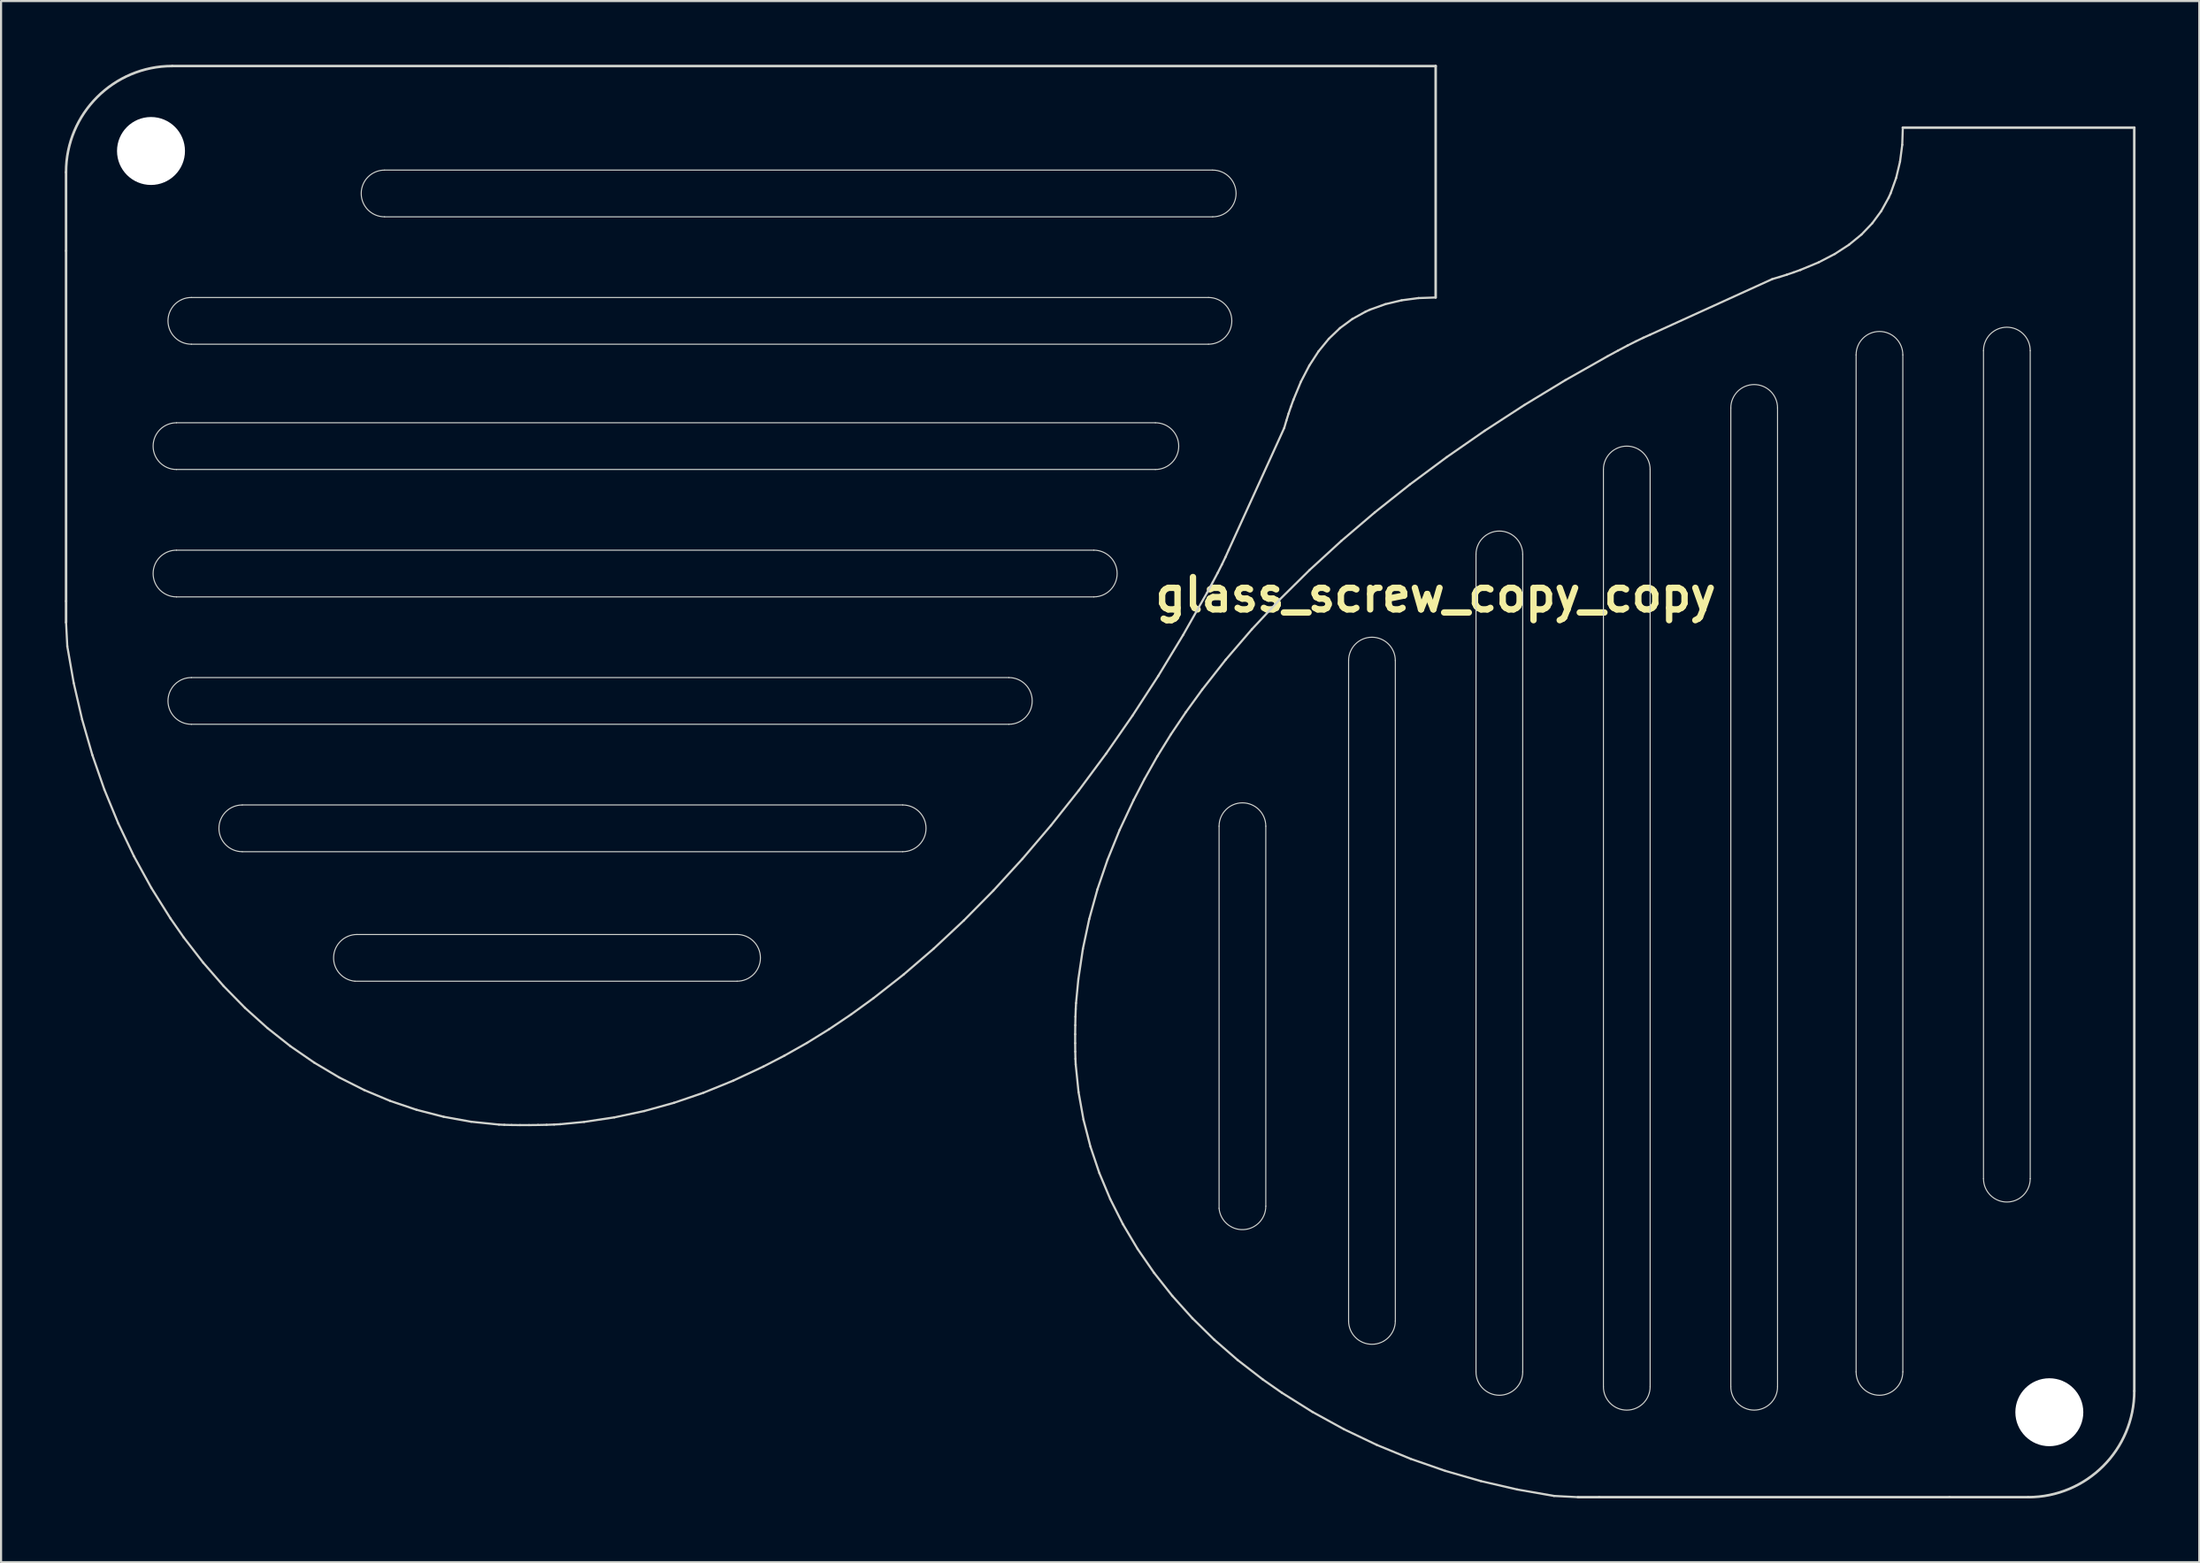
<source format=kicad_pcb>
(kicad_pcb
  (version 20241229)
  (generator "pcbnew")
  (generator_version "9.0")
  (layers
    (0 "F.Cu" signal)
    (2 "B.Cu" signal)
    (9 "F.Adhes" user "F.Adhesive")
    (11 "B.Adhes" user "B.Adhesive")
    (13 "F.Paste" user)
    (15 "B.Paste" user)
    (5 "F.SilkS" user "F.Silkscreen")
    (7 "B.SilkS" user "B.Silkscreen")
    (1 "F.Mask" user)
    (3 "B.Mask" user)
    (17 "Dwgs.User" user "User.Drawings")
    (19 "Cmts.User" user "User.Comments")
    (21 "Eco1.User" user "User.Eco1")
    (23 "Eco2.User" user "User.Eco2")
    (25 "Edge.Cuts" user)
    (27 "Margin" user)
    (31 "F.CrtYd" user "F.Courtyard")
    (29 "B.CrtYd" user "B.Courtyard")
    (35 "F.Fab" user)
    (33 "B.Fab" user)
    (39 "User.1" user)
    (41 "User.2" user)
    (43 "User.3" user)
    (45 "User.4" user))
  (footprint "glass_screw_copy_copy"
    (layer "F.Cu")
    (at 64.561 5.961)
    (property "Reference" "glass_screw_copy_copy" (at 0 19 0) (layer "F.SilkS") (effects (font (size 1.524 1.524) (thickness 0.3))))
    (attr through_hole)
    (fp_line (start -64.5 2.8) (end -64.501 -0.9) (stroke (width 0.12) (type solid)) (layer "Edge.Cuts"))
    (fp_line (start -64.5 19.3) (end -64.5 2.8) (stroke (width 0.12) (type solid)) (layer "Edge.Cuts"))
    (fp_line (start -64.5 19.3) (end -64.5 20.3) (stroke (width 0.12) (type solid)) (layer "Edge.Cuts"))
    (fp_line (start -64.442 21.425) (end -64.5 20.3) (stroke (width 0.1) (type solid)) (layer "Edge.Cuts"))
    (fp_line (start -64.138 23.163) (end -64.442 21.425) (stroke (width 0.1) (type solid)) (layer "Edge.Cuts"))
    (fp_line (start -63.744 24.871) (end -64.138 23.163) (stroke (width 0.1) (type solid)) (layer "Edge.Cuts"))
    (fp_line (start -63.263 26.544) (end -63.744 24.871) (stroke (width 0.1) (type solid)) (layer "Edge.Cuts"))
    (fp_line (start -62.695 28.178) (end -63.263 26.544) (stroke (width 0.1) (type solid)) (layer "Edge.Cuts"))
    (fp_line (start -62.041 29.769) (end -62.695 28.178) (stroke (width 0.1) (type solid)) (layer "Edge.Cuts"))
    (fp_line (start -61.304 31.313) (end -62.041 29.769) (stroke (width 0.1) (type solid)) (layer "Edge.Cuts"))
    (fp_line (start -60.484 32.806) (end -61.304 31.313) (stroke (width 0.1) (type solid)) (layer "Edge.Cuts"))
    (fp_line (start -59.582 34.245) (end -60.484 32.806) (stroke (width 0.1) (type solid)) (layer "Edge.Cuts"))
    (fp_line (start -59.3 10.9) (end -13.2 10.9) (stroke (width 0.05) (type solid)) (layer "Edge.Cuts"))
    (fp_line (start -59.3 16.9) (end -16.1 16.9) (stroke (width 0.05) (type solid)) (layer "Edge.Cuts"))
    (fp_line (start -58.955 35.144) (end -59.582 34.245) (stroke (width 0.1) (type solid)) (layer "Edge.Cuts"))
    (fp_line (start -58.6 22.9) (end -20.1 22.9) (stroke (width 0.05) (type solid)) (layer "Edge.Cuts"))
    (fp_line (start -58.6 5) (end -10.7 5) (stroke (width 0.05) (type solid)) (layer "Edge.Cuts"))
    (fp_line (start -58.04 36.328) (end -58.955 35.144) (stroke (width 0.1) (type solid)) (layer "Edge.Cuts"))
    (fp_line (start -57.078 37.433) (end -58.04 36.328) (stroke (width 0.1) (type solid)) (layer "Edge.Cuts"))
    (fp_line (start -56.2 28.9) (end -25.1 28.9) (stroke (width 0.05) (type solid)) (layer "Edge.Cuts"))
    (fp_line (start -56.072 38.458) (end -57.078 37.433) (stroke (width 0.1) (type solid)) (layer "Edge.Cuts"))
    (fp_line (start -55.022 39.402) (end -56.072 38.458) (stroke (width 0.1) (type solid)) (layer "Edge.Cuts"))
    (fp_line (start -53.934 40.262) (end -55.022 39.402) (stroke (width 0.1) (type solid)) (layer "Edge.Cuts"))
    (fp_line (start -52.808 41.038) (end -53.934 40.262) (stroke (width 0.1) (type solid)) (layer "Edge.Cuts"))
    (fp_line (start -51.648 41.727) (end -52.808 41.038) (stroke (width 0.1) (type solid)) (layer "Edge.Cuts"))
    (fp_line (start -50.799 35) (end -32.9 35) (stroke (width 0.05) (type solid)) (layer "Edge.Cuts"))
    (fp_line (start -50.456 42.328) (end -51.648 41.727) (stroke (width 0.1) (type solid)) (layer "Edge.Cuts"))
    (fp_line (start -49.5 -1) (end -10.5 -1) (stroke (width 0.05) (type solid)) (layer "Edge.Cuts"))
    (fp_line (start -49.235 42.839) (end -50.456 42.328) (stroke (width 0.1) (type solid)) (layer "Edge.Cuts"))
    (fp_line (start -47.988 43.259) (end -49.235 42.839) (stroke (width 0.1) (type solid)) (layer "Edge.Cuts"))
    (fp_line (start -46.717 43.586) (end -47.988 43.259) (stroke (width 0.1) (type solid)) (layer "Edge.Cuts"))
    (fp_line (start -45.425 43.818) (end -46.717 43.586) (stroke (width 0.1) (type solid)) (layer "Edge.Cuts"))
    (fp_line (start -44.114 43.953) (end -45.425 43.818) (stroke (width 0.1) (type solid)) (layer "Edge.Cuts"))
    (fp_line (start -43.859 43.965) (end -44.114 43.953) (stroke (width 0.1) (type solid)) (layer "Edge.Cuts"))
    (fp_line (start -43.515 43.973) (end -43.859 43.965) (stroke (width 0.1) (type solid)) (layer "Edge.Cuts"))
    (fp_line (start -43.12 43.977) (end -43.515 43.973) (stroke (width 0.1) (type solid)) (layer "Edge.Cuts"))
    (fp_line (start -42.698 43.977) (end -43.12 43.977) (stroke (width 0.1) (type solid)) (layer "Edge.Cuts"))
    (fp_line (start -42.274 43.972) (end -42.698 43.977) (stroke (width 0.1) (type solid)) (layer "Edge.Cuts"))
    (fp_line (start -41.871 43.964) (end -42.274 43.972) (stroke (width 0.1) (type solid)) (layer "Edge.Cuts"))
    (fp_line (start -41.516 43.951) (end -41.871 43.964) (stroke (width 0.1) (type solid)) (layer "Edge.Cuts"))
    (fp_line (start -41.231 43.936) (end -41.516 43.951) (stroke (width 0.1) (type solid)) (layer "Edge.Cuts"))
    (fp_line (start -40.102 43.827) (end -41.231 43.936) (stroke (width 0.1) (type solid)) (layer "Edge.Cuts"))
    (fp_line (start -38.678 43.614) (end -40.102 43.827) (stroke (width 0.1) (type solid)) (layer "Edge.Cuts"))
    (fp_line (start -37.272 43.315) (end -38.678 43.614) (stroke (width 0.1) (type solid)) (layer "Edge.Cuts"))
    (fp_line (start -35.875 42.929) (end -37.272 43.315) (stroke (width 0.1) (type solid)) (layer "Edge.Cuts"))
    (fp_line (start -34.48 42.453) (end -35.875 42.929) (stroke (width 0.1) (type solid)) (layer "Edge.Cuts"))
    (fp_line (start -33.079 41.884) (end -34.48 42.453) (stroke (width 0.1) (type solid)) (layer "Edge.Cuts"))
    (fp_line (start -32.9 37.2) (end -50.899 37.2) (stroke (width 0.05) (type solid)) (layer "Edge.Cuts"))
    (fp_line (start -31.663 41.221) (end -33.079 41.884) (stroke (width 0.1) (type solid)) (layer "Edge.Cuts"))
    (fp_line (start -30.673 40.708) (end -31.663 41.221) (stroke (width 0.1) (type solid)) (layer "Edge.Cuts"))
    (fp_line (start -29.608 40.107) (end -30.673 40.708) (stroke (width 0.1) (type solid)) (layer "Edge.Cuts"))
    (fp_line (start -28.569 39.464) (end -29.608 40.107) (stroke (width 0.1) (type solid)) (layer "Edge.Cuts"))
    (fp_line (start -27.531 38.766) (end -28.569 39.464) (stroke (width 0.1) (type solid)) (layer "Edge.Cuts"))
    (fp_line (start -26.469 37.995) (end -27.531 38.766) (stroke (width 0.1) (type solid)) (layer "Edge.Cuts"))
    (fp_line (start -25.1 31.1) (end -56.2 31.1) (stroke (width 0.05) (type solid)) (layer "Edge.Cuts"))
    (fp_line (start -25.058 36.887) (end -26.469 37.995) (stroke (width 0.1) (type solid)) (layer "Edge.Cuts"))
    (fp_line (start -23.63 35.659) (end -25.058 36.887) (stroke (width 0.1) (type solid)) (layer "Edge.Cuts"))
    (fp_line (start -22.219 34.339) (end -23.63 35.659) (stroke (width 0.1) (type solid)) (layer "Edge.Cuts"))
    (fp_line (start -20.828 32.931) (end -22.219 34.339) (stroke (width 0.1) (type solid)) (layer "Edge.Cuts"))
    (fp_line (start -20.1 25.1) (end -58.6 25.1) (stroke (width 0.05) (type solid)) (layer "Edge.Cuts"))
    (fp_line (start -19.46 31.438) (end -20.828 32.931) (stroke (width 0.1) (type solid)) (layer "Edge.Cuts"))
    (fp_line (start -18.118 29.864) (end -19.46 31.438) (stroke (width 0.1) (type solid)) (layer "Edge.Cuts"))
    (fp_line (start -16.977 40.12) (end -16.973 40.515) (stroke (width 0.1) (type solid)) (layer "Edge.Cuts"))
    (fp_line (start -16.977 39.698) (end -16.977 40.12) (stroke (width 0.1) (type solid)) (layer "Edge.Cuts"))
    (fp_line (start -16.973 40.515) (end -16.965 40.859) (stroke (width 0.1) (type solid)) (layer "Edge.Cuts"))
    (fp_line (start -16.972 39.274) (end -16.977 39.698) (stroke (width 0.1) (type solid)) (layer "Edge.Cuts"))
    (fp_line (start -16.965 40.859) (end -16.953 41.114) (stroke (width 0.1) (type solid)) (layer "Edge.Cuts"))
    (fp_line (start -16.964 38.871) (end -16.972 39.274) (stroke (width 0.1) (type solid)) (layer "Edge.Cuts"))
    (fp_line (start -16.953 41.114) (end -16.818 42.425) (stroke (width 0.1) (type solid)) (layer "Edge.Cuts"))
    (fp_line (start -16.951 38.516) (end -16.964 38.871) (stroke (width 0.1) (type solid)) (layer "Edge.Cuts"))
    (fp_line (start -16.936 38.231) (end -16.951 38.516) (stroke (width 0.1) (type solid)) (layer "Edge.Cuts"))
    (fp_line (start -16.827 37.102) (end -16.936 38.231) (stroke (width 0.1) (type solid)) (layer "Edge.Cuts"))
    (fp_line (start -16.818 42.425) (end -16.586 43.717) (stroke (width 0.1) (type solid)) (layer "Edge.Cuts"))
    (fp_line (start -16.805 28.212) (end -18.118 29.864) (stroke (width 0.1) (type solid)) (layer "Edge.Cuts"))
    (fp_line (start -16.614 35.678) (end -16.827 37.102) (stroke (width 0.1) (type solid)) (layer "Edge.Cuts"))
    (fp_line (start -16.586 43.717) (end -16.259 44.988) (stroke (width 0.1) (type solid)) (layer "Edge.Cuts"))
    (fp_line (start -16.315 34.272) (end -16.614 35.678) (stroke (width 0.1) (type solid)) (layer "Edge.Cuts"))
    (fp_line (start -16.259 44.988) (end -15.839 46.235) (stroke (width 0.1) (type solid)) (layer "Edge.Cuts"))
    (fp_line (start -16.1 19.1) (end -59.3 19.1) (stroke (width 0.05) (type solid)) (layer "Edge.Cuts"))
    (fp_line (start -15.929 32.875) (end -16.315 34.272) (stroke (width 0.1) (type solid)) (layer "Edge.Cuts"))
    (fp_line (start -15.839 46.235) (end -15.328 47.456) (stroke (width 0.1) (type solid)) (layer "Edge.Cuts"))
    (fp_line (start -15.523 26.486) (end -16.805 28.212) (stroke (width 0.1) (type solid)) (layer "Edge.Cuts"))
    (fp_line (start -15.453 31.48) (end -15.929 32.875) (stroke (width 0.1) (type solid)) (layer "Edge.Cuts"))
    (fp_line (start -15.328 47.456) (end -14.727 48.648) (stroke (width 0.1) (type solid)) (layer "Edge.Cuts"))
    (fp_line (start -14.884 30.079) (end -15.453 31.48) (stroke (width 0.1) (type solid)) (layer "Edge.Cuts"))
    (fp_line (start -14.727 48.648) (end -14.038 49.808) (stroke (width 0.1) (type solid)) (layer "Edge.Cuts"))
    (fp_line (start -14.276 24.69) (end -15.523 26.486) (stroke (width 0.1) (type solid)) (layer "Edge.Cuts"))
    (fp_line (start -14.221 28.663) (end -14.884 30.079) (stroke (width 0.1) (type solid)) (layer "Edge.Cuts"))
    (fp_line (start -14.038 49.808) (end -13.262 50.934) (stroke (width 0.1) (type solid)) (layer "Edge.Cuts"))
    (fp_line (start -13.708 27.673) (end -14.221 28.663) (stroke (width 0.1) (type solid)) (layer "Edge.Cuts"))
    (fp_line (start -13.262 50.934) (end -12.402 52.022) (stroke (width 0.1) (type solid)) (layer "Edge.Cuts"))
    (fp_line (start -13.2 13.1) (end -59.3 13.1) (stroke (width 0.05) (type solid)) (layer "Edge.Cuts"))
    (fp_line (start -13.107 26.608) (end -13.708 27.673) (stroke (width 0.1) (type solid)) (layer "Edge.Cuts"))
    (fp_line (start -13.066 22.827) (end -14.276 24.69) (stroke (width 0.1) (type solid)) (layer "Edge.Cuts"))
    (fp_line (start -12.464 25.569) (end -13.107 26.608) (stroke (width 0.1) (type solid)) (layer "Edge.Cuts"))
    (fp_line (start -12.402 52.022) (end -11.458 53.072) (stroke (width 0.1) (type solid)) (layer "Edge.Cuts"))
    (fp_line (start -11.897 20.9) (end -13.066 22.827) (stroke (width 0.1) (type solid)) (layer "Edge.Cuts"))
    (fp_line (start -11.766 24.531) (end -12.464 25.569) (stroke (width 0.1) (type solid)) (layer "Edge.Cuts"))
    (fp_line (start -11.458 53.072) (end -10.433 54.078) (stroke (width 0.1) (type solid)) (layer "Edge.Cuts"))
    (fp_line (start -10.995 23.469) (end -11.766 24.531) (stroke (width 0.1) (type solid)) (layer "Edge.Cuts"))
    (fp_line (start -10.772 18.913) (end -11.897 20.9) (stroke (width 0.1) (type solid)) (layer "Edge.Cuts"))
    (fp_line (start -10.7 7.2) (end -58.6 7.2) (stroke (width 0.05) (type solid)) (layer "Edge.Cuts"))
    (fp_line (start -10.5 1.2) (end -49.5 1.2) (stroke (width 0.05) (type solid)) (layer "Edge.Cuts"))
    (fp_line (start -10.498 18.408) (end -10.772 18.913) (stroke (width 0.1) (type solid)) (layer "Edge.Cuts"))
    (fp_line (start -10.433 54.078) (end -9.328 55.04) (stroke (width 0.1) (type solid)) (layer "Edge.Cuts"))
    (fp_line (start -10.265 17.968) (end -10.498 18.408) (stroke (width 0.1) (type solid)) (layer "Edge.Cuts"))
    (fp_line (start -10.2 29.9) (end -10.2 47.899) (stroke (width 0.05) (type solid)) (layer "Edge.Cuts"))
    (fp_line (start -10.068 17.579) (end -10.265 17.968) (stroke (width 0.1) (type solid)) (layer "Edge.Cuts"))
    (fp_line (start -9.899 17.227) (end -10.068 17.579) (stroke (width 0.1) (type solid)) (layer "Edge.Cuts"))
    (fp_line (start -9.887 22.058) (end -10.995 23.469) (stroke (width 0.1) (type solid)) (layer "Edge.Cuts"))
    (fp_line (start -9.749 16.894) (end -9.899 17.227) (stroke (width 0.1) (type solid)) (layer "Edge.Cuts"))
    (fp_line (start -9.328 55.04) (end -8.144 55.955) (stroke (width 0.1) (type solid)) (layer "Edge.Cuts"))
    (fp_line (start -8.659 20.63) (end -9.887 22.058) (stroke (width 0.1) (type solid)) (layer "Edge.Cuts"))
    (fp_line (start -8.144 55.955) (end -7.245 56.582) (stroke (width 0.1) (type solid)) (layer "Edge.Cuts"))
    (fp_line (start -8 47.799) (end -8 29.9) (stroke (width 0.05) (type solid)) (layer "Edge.Cuts"))
    (fp_line (start -7.339 19.219) (end -8.659 20.63) (stroke (width 0.1) (type solid)) (layer "Edge.Cuts"))
    (fp_line (start -7.245 56.582) (end -5.806 57.484) (stroke (width 0.1) (type solid)) (layer "Edge.Cuts"))
    (fp_line (start -7.133 11.148) (end -9.749 16.894) (stroke (width 0.1) (type solid)) (layer "Edge.Cuts"))
    (fp_line (start -7.031 10.799) (end -7.133 11.148) (stroke (width 0.1) (type solid)) (layer "Edge.Cuts"))
    (fp_line (start -6.927 10.467) (end -7.031 10.799) (stroke (width 0.1) (type solid)) (layer "Edge.Cuts"))
    (fp_line (start -6.817 10.143) (end -6.927 10.467) (stroke (width 0.1) (type solid)) (layer "Edge.Cuts"))
    (fp_line (start -6.7 9.818) (end -6.817 10.143) (stroke (width 0.1) (type solid)) (layer "Edge.Cuts"))
    (fp_line (start -6.697 9.812) (end -6.7 9.818) (stroke (width 0.1) (type solid)) (layer "Edge.Cuts"))
    (fp_line (start -6.345 8.964) (end -6.697 9.812) (stroke (width 0.1) (type solid)) (layer "Edge.Cuts"))
    (fp_line (start -5.951 8.206) (end -6.345 8.964) (stroke (width 0.1) (type solid)) (layer "Edge.Cuts"))
    (fp_line (start -5.931 17.828) (end -7.339 19.219) (stroke (width 0.1) (type solid)) (layer "Edge.Cuts"))
    (fp_line (start -5.806 57.484) (end -4.313 58.304) (stroke (width 0.1) (type solid)) (layer "Edge.Cuts"))
    (fp_line (start -5.515 7.534) (end -5.951 8.206) (stroke (width 0.1) (type solid)) (layer "Edge.Cuts"))
    (fp_line (start -5.034 6.946) (end -5.515 7.534) (stroke (width 0.1) (type solid)) (layer "Edge.Cuts"))
    (fp_line (start -4.506 6.441) (end -5.034 6.946) (stroke (width 0.1) (type solid)) (layer "Edge.Cuts"))
    (fp_line (start -4.438 16.46) (end -5.931 17.828) (stroke (width 0.1) (type solid)) (layer "Edge.Cuts"))
    (fp_line (start -4.313 58.304) (end -2.769 59.041) (stroke (width 0.1) (type solid)) (layer "Edge.Cuts"))
    (fp_line (start -4.1 22.1) (end -4.1 53.2) (stroke (width 0.05) (type solid)) (layer "Edge.Cuts"))
    (fp_line (start -3.93 6.016) (end -4.506 6.441) (stroke (width 0.1) (type solid)) (layer "Edge.Cuts"))
    (fp_line (start -3.304 5.669) (end -3.93 6.016) (stroke (width 0.1) (type solid)) (layer "Edge.Cuts"))
    (fp_line (start -3.092 5.573) (end -3.304 5.669) (stroke (width 0.1) (type solid)) (layer "Edge.Cuts"))
    (fp_line (start -2.864 15.118) (end -4.438 16.46) (stroke (width 0.1) (type solid)) (layer "Edge.Cuts"))
    (fp_line (start -2.769 59.041) (end -1.178 59.695) (stroke (width 0.1) (type solid)) (layer "Edge.Cuts"))
    (fp_line (start -2.368 5.314) (end -3.092 5.573) (stroke (width 0.1) (type solid)) (layer "Edge.Cuts"))
    (fp_line (start -1.9 53.2) (end -1.9 22.1) (stroke (width 0.05) (type solid)) (layer "Edge.Cuts"))
    (fp_line (start -1.601 5.131) (end -2.368 5.314) (stroke (width 0.1) (type solid)) (layer "Edge.Cuts"))
    (fp_line (start -1.212 13.805) (end -2.864 15.118) (stroke (width 0.1) (type solid)) (layer "Edge.Cuts"))
    (fp_line (start -1.178 59.695) (end 0.456 60.263) (stroke (width 0.1) (type solid)) (layer "Edge.Cuts"))
    (fp_line (start -0.807 5.027) (end -1.601 5.131) (stroke (width 0.1) (type solid)) (layer "Edge.Cuts"))
    (fp_line (start 0 -5.9) (end -59.5 -5.901) (stroke (width 0.12) (type solid)) (layer "Edge.Cuts"))
    (fp_line (start 0 5) (end -0.807 5.027) (stroke (width 0.1) (type solid)) (layer "Edge.Cuts"))
    (fp_line (start 0 5) (end 0 -5.9) (stroke (width 0.12) (type solid)) (layer "Edge.Cuts"))
    (fp_line (start 0.456 60.263) (end 2.129 60.744) (stroke (width 0.1) (type solid)) (layer "Edge.Cuts"))
    (fp_line (start 0.514 12.523) (end -1.212 13.805) (stroke (width 0.1) (type solid)) (layer "Edge.Cuts"))
    (fp_line (start 1.9 17.1) (end 1.9 55.6) (stroke (width 0.05) (type solid)) (layer "Edge.Cuts"))
    (fp_line (start 2.129 60.744) (end 3.837 61.138) (stroke (width 0.1) (type solid)) (layer "Edge.Cuts"))
    (fp_line (start 2.31 11.276) (end 0.514 12.523) (stroke (width 0.1) (type solid)) (layer "Edge.Cuts"))
    (fp_line (start 3.837 61.138) (end 5.575 61.442) (stroke (width 0.1) (type solid)) (layer "Edge.Cuts"))
    (fp_line (start 4.1 55.6) (end 4.1 17.1) (stroke (width 0.05) (type solid)) (layer "Edge.Cuts"))
    (fp_line (start 4.173 10.066) (end 2.31 11.276) (stroke (width 0.1) (type solid)) (layer "Edge.Cuts"))
    (fp_line (start 5.575 61.442) (end 6.7 61.5) (stroke (width 0.1) (type solid)) (layer "Edge.Cuts"))
    (fp_line (start 6.1 8.897) (end 4.173 10.066) (stroke (width 0.1) (type solid)) (layer "Edge.Cuts"))
    (fp_line (start 7.7 61.5) (end 6.7 61.5) (stroke (width 0.12) (type solid)) (layer "Edge.Cuts"))
    (fp_line (start 7.7 61.5) (end 24.2 61.5) (stroke (width 0.12) (type solid)) (layer "Edge.Cuts"))
    (fp_line (start 7.9 13.1) (end 7.9 56.3) (stroke (width 0.05) (type solid)) (layer "Edge.Cuts"))
    (fp_line (start 8.087 7.772) (end 6.1 8.897) (stroke (width 0.1) (type solid)) (layer "Edge.Cuts"))
    (fp_line (start 8.592 7.498) (end 8.087 7.772) (stroke (width 0.1) (type solid)) (layer "Edge.Cuts"))
    (fp_line (start 9.032 7.265) (end 8.592 7.498) (stroke (width 0.1) (type solid)) (layer "Edge.Cuts"))
    (fp_line (start 9.421 7.068) (end 9.032 7.265) (stroke (width 0.1) (type solid)) (layer "Edge.Cuts"))
    (fp_line (start 9.773 6.899) (end 9.421 7.068) (stroke (width 0.1) (type solid)) (layer "Edge.Cuts"))
    (fp_line (start 10.1 56.3) (end 10.1 13.1) (stroke (width 0.05) (type solid)) (layer "Edge.Cuts"))
    (fp_line (start 10.106 6.749) (end 9.773 6.899) (stroke (width 0.1) (type solid)) (layer "Edge.Cuts"))
    (fp_line (start 13.9 10.2) (end 13.9 56.3) (stroke (width 0.05) (type solid)) (layer "Edge.Cuts"))
    (fp_line (start 15.852 4.133) (end 10.106 6.749) (stroke (width 0.1) (type solid)) (layer "Edge.Cuts"))
    (fp_line (start 16.1 56.3) (end 16.1 10.2) (stroke (width 0.05) (type solid)) (layer "Edge.Cuts"))
    (fp_line (start 16.201 4.031) (end 15.852 4.133) (stroke (width 0.1) (type solid)) (layer "Edge.Cuts"))
    (fp_line (start 16.533 3.927) (end 16.201 4.031) (stroke (width 0.1) (type solid)) (layer "Edge.Cuts"))
    (fp_line (start 16.857 3.817) (end 16.533 3.927) (stroke (width 0.1) (type solid)) (layer "Edge.Cuts"))
    (fp_line (start 17.182 3.7) (end 16.857 3.817) (stroke (width 0.1) (type solid)) (layer "Edge.Cuts"))
    (fp_line (start 17.188 3.697) (end 17.182 3.7) (stroke (width 0.1) (type solid)) (layer "Edge.Cuts"))
    (fp_line (start 18.036 3.345) (end 17.188 3.697) (stroke (width 0.1) (type solid)) (layer "Edge.Cuts"))
    (fp_line (start 18.794 2.951) (end 18.036 3.345) (stroke (width 0.1) (type solid)) (layer "Edge.Cuts"))
    (fp_line (start 19.466 2.515) (end 18.794 2.951) (stroke (width 0.1) (type solid)) (layer "Edge.Cuts"))
    (fp_line (start 19.8 7.7) (end 19.8 55.6) (stroke (width 0.05) (type solid)) (layer "Edge.Cuts"))
    (fp_line (start 20.054 2.034) (end 19.466 2.515) (stroke (width 0.1) (type solid)) (layer "Edge.Cuts"))
    (fp_line (start 20.559 1.506) (end 20.054 2.034) (stroke (width 0.1) (type solid)) (layer "Edge.Cuts"))
    (fp_line (start 20.984 0.93) (end 20.559 1.506) (stroke (width 0.1) (type solid)) (layer "Edge.Cuts"))
    (fp_line (start 21.331 0.304) (end 20.984 0.93) (stroke (width 0.1) (type solid)) (layer "Edge.Cuts"))
    (fp_line (start 21.427 0.092) (end 21.331 0.304) (stroke (width 0.1) (type solid)) (layer "Edge.Cuts"))
    (fp_line (start 21.686 -0.632) (end 21.427 0.092) (stroke (width 0.1) (type solid)) (layer "Edge.Cuts"))
    (fp_line (start 21.869 -1.399) (end 21.686 -0.632) (stroke (width 0.1) (type solid)) (layer "Edge.Cuts"))
    (fp_line (start 21.973 -2.193) (end 21.869 -1.399) (stroke (width 0.1) (type solid)) (layer "Edge.Cuts"))
    (fp_line (start 22 -3) (end 21.973 -2.193) (stroke (width 0.1) (type solid)) (layer "Edge.Cuts"))
    (fp_line (start 22 -3) (end 32.9 -3) (stroke (width 0.12) (type solid)) (layer "Edge.Cuts"))
    (fp_line (start 22 55.6) (end 22 7.7) (stroke (width 0.05) (type solid)) (layer "Edge.Cuts"))
    (fp_line (start 24.2 61.5) (end 27.9 61.501) (stroke (width 0.12) (type solid)) (layer "Edge.Cuts"))
    (fp_line (start 25.8 7.5) (end 25.8 46.5) (stroke (width 0.05) (type solid)) (layer "Edge.Cuts"))
    (fp_line (start 28 46.5) (end 28 7.5) (stroke (width 0.05) (type solid)) (layer "Edge.Cuts"))
    (fp_line (start 32.9 -3) (end 32.901 56.5) (stroke (width 0.12) (type solid)) (layer "Edge.Cuts"))
    (fp_arc (start -64.500999 -0.9) (mid -63.03624 -4.43624) (end -59.5 -5.900999) (stroke (width 0.12) (type solid)) (layer "Edge.Cuts"))
    (fp_arc (start -59.3 13.099999) (mid -60.4 11.999999) (end -59.3 10.899999) (stroke (width 0.05) (type solid)) (layer "Edge.Cuts"))
    (fp_arc (start -59.3 19.099999) (mid -60.4 17.999999) (end -59.3 16.899999) (stroke (width 0.05) (type solid)) (layer "Edge.Cuts"))
    (fp_arc (start -58.6 25.099999) (mid -59.7 23.999999) (end -58.6 22.899999) (stroke (width 0.05) (type solid)) (layer "Edge.Cuts"))
    (fp_arc (start -58.599999 7.199999) (mid -59.699999 6.099999) (end -58.599999 4.999999) (stroke (width 0.05) (type solid)) (layer "Edge.Cuts"))
    (fp_arc (start -56.2 31.099999) (mid -57.3 29.999999) (end -56.2 28.899999) (stroke (width 0.05) (type solid)) (layer "Edge.Cuts"))
    (fp_arc (start -50.898863 37.2) (mid -51.9 36.05222) (end -50.798863 34.999999) (stroke (width 0.05) (type solid)) (layer "Edge.Cuts"))
    (fp_arc (start -49.499999 1.199999) (mid -50.599999 0.099999) (end -49.499999 -1.000001) (stroke (width 0.05) (type solid)) (layer "Edge.Cuts"))
    (fp_arc (start -32.9 34.999999) (mid -31.8 36.099999) (end -32.9 37.199999) (stroke (width 0.05) (type solid)) (layer "Edge.Cuts"))
    (fp_arc (start -25.1 28.899999) (mid -24 29.999999) (end -25.1 31.099999) (stroke (width 0.05) (type solid)) (layer "Edge.Cuts"))
    (fp_arc (start -20.1 22.899999) (mid -19 23.999999) (end -20.1 25.099999) (stroke (width 0.05) (type solid)) (layer "Edge.Cuts"))
    (fp_arc (start -16.1 16.899999) (mid -15 17.999999) (end -16.1 19.099999) (stroke (width 0.05) (type solid)) (layer "Edge.Cuts"))
    (fp_arc (start -13.2 10.899999) (mid -12.1 11.999999) (end -13.2 13.099999) (stroke (width 0.05) (type solid)) (layer "Edge.Cuts"))
    (fp_arc (start -10.699999 4.999999) (mid -9.599999 6.099999) (end -10.699999 7.199999) (stroke (width 0.05) (type solid)) (layer "Edge.Cuts"))
    (fp_arc (start -10.499999 -1.000001) (mid -9.399999 0.099999) (end -10.499999 1.199999) (stroke (width 0.05) (type solid)) (layer "Edge.Cuts"))
    (fp_arc (start -10.199999 29.9) (mid -9.099999 28.8) (end -7.999999 29.9) (stroke (width 0.05) (type solid)) (layer "Edge.Cuts"))
    (fp_arc (start -7.999999 47.798863) (mid -9.05222 48.9) (end -10.2 47.898863) (stroke (width 0.05) (type solid)) (layer "Edge.Cuts"))
    (fp_arc (start -4.099999 22.1) (mid -2.999999 21) (end -1.899999 22.1) (stroke (width 0.05) (type solid)) (layer "Edge.Cuts"))
    (fp_arc (start -1.899999 53.2) (mid -2.999999 54.3) (end -4.099999 53.2) (stroke (width 0.05) (type solid)) (layer "Edge.Cuts"))
    (fp_arc (start 1.900001 17.1) (mid 3.000001 16) (end 4.100001 17.1) (stroke (width 0.05) (type solid)) (layer "Edge.Cuts"))
    (fp_arc (start 4.100001 55.6) (mid 3.000001 56.7) (end 1.900001 55.6) (stroke (width 0.05) (type solid)) (layer "Edge.Cuts"))
    (fp_arc (start 7.900001 13.1) (mid 9.000001 12) (end 10.100001 13.1) (stroke (width 0.05) (type solid)) (layer "Edge.Cuts"))
    (fp_arc (start 10.100001 56.3) (mid 9.000001 57.4) (end 7.900001 56.3) (stroke (width 0.05) (type solid)) (layer "Edge.Cuts"))
    (fp_arc (start 13.900001 10.2) (mid 15.000001 9.1) (end 16.100001 10.2) (stroke (width 0.05) (type solid)) (layer "Edge.Cuts"))
    (fp_arc (start 16.100001 56.3) (mid 15.000001 57.4) (end 13.900001 56.3) (stroke (width 0.05) (type solid)) (layer "Edge.Cuts"))
    (fp_arc (start 19.800001 7.699999) (mid 20.900001 6.599999) (end 22.000001 7.699999) (stroke (width 0.05) (type solid)) (layer "Edge.Cuts"))
    (fp_arc (start 22.000001 55.599999) (mid 20.900001 56.699999) (end 19.800001 55.599999) (stroke (width 0.05) (type solid)) (layer "Edge.Cuts"))
    (fp_arc (start 25.800001 7.499999) (mid 26.900001 6.399999) (end 28.000001 7.499999) (stroke (width 0.05) (type solid)) (layer "Edge.Cuts"))
    (fp_arc (start 28.000001 46.499999) (mid 26.900001 47.599999) (end 25.800001 46.499999) (stroke (width 0.05) (type solid)) (layer "Edge.Cuts"))
    (fp_arc (start 32.900999 56.5) (mid 31.43624 60.03624) (end 27.9 61.500999) (stroke (width 0.12) (type solid)) (layer "Edge.Cuts"))
    (pad "" np_thru_hole circle (at -60.5 -1.9 180) (size 3.2 3.2) (drill 3.2) (layers "*.Cu" "*.Mask"))
    (pad "" np_thru_hole circle (at 28.9 57.5 90) (size 3.2 3.2) (drill 3.2) (layers "*.Cu" "*.Mask")))
  (gr_rect
    (start -3 -3)
    (end 100.522 70.522)
    (stroke (width 0.1) (type default))
    (fill no)
    (layer "Edge.Cuts")))
</source>
